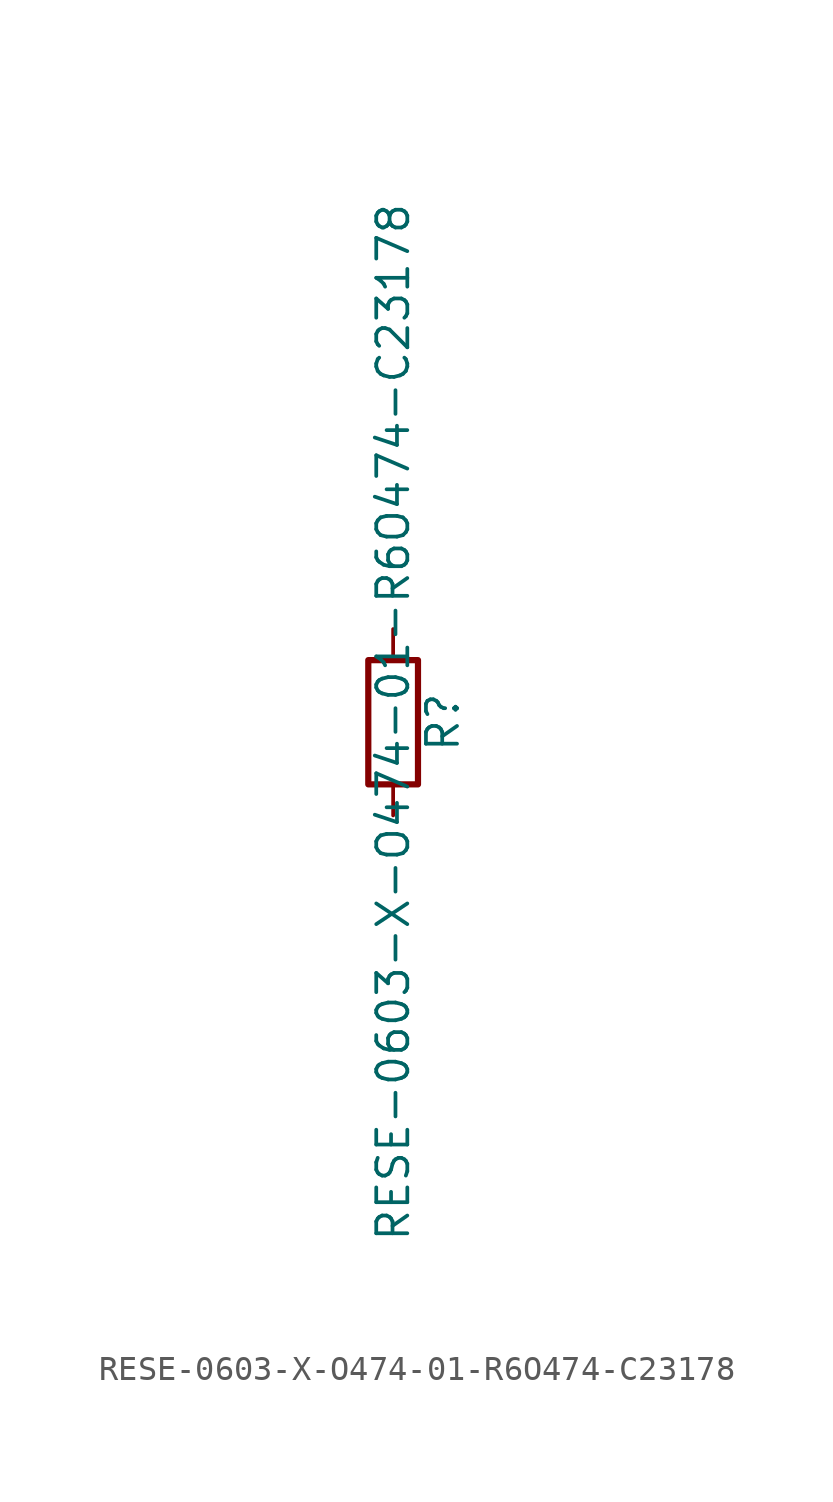
<source format=kicad_sym>
(kicad_symbol_lib
  (version 20211014)
  (generator kicad_symbol_editor)
  (symbol "RESE-0603-X-O474-01-R6O474-C23178"
    (pin_numbers hide)
    (pin_names
      (offset 0))
    (property "Reference" "R"
      (at 2.032 0 90)
      (effects (font (size 1.27 1.27))))
    (property "Value" "RESE-0603-X-O474-01-R6O474-C23178"
      (at 0 0 90)
      (effects (font (size 1.27 1.27))))
    (symbol "RESE-0603-X-O474-01-R6O474-C23178_0_1"
      (rectangle (start -1.016 -2.54) (end 1.016 2.54) (stroke (width 0.254) (type default) (color 0 0 0 0)) (fill (type none))))
    (symbol "RESE-0603-X-O474-01-R6O474-C23178_1_1"
      (pin passive line (at 0 3.81 270) (length 1.27) (name "~" (effects (font (size 1.27 1.27)))) (number "1" (effects (font (size 1.27 1.27)))))
      (pin passive line (at 0 -3.81 90) (length 1.27) (name "~" (effects (font (size 1.27 1.27)))) (number "2" (effects (font (size 1.27 1.27))))))))
</source>
